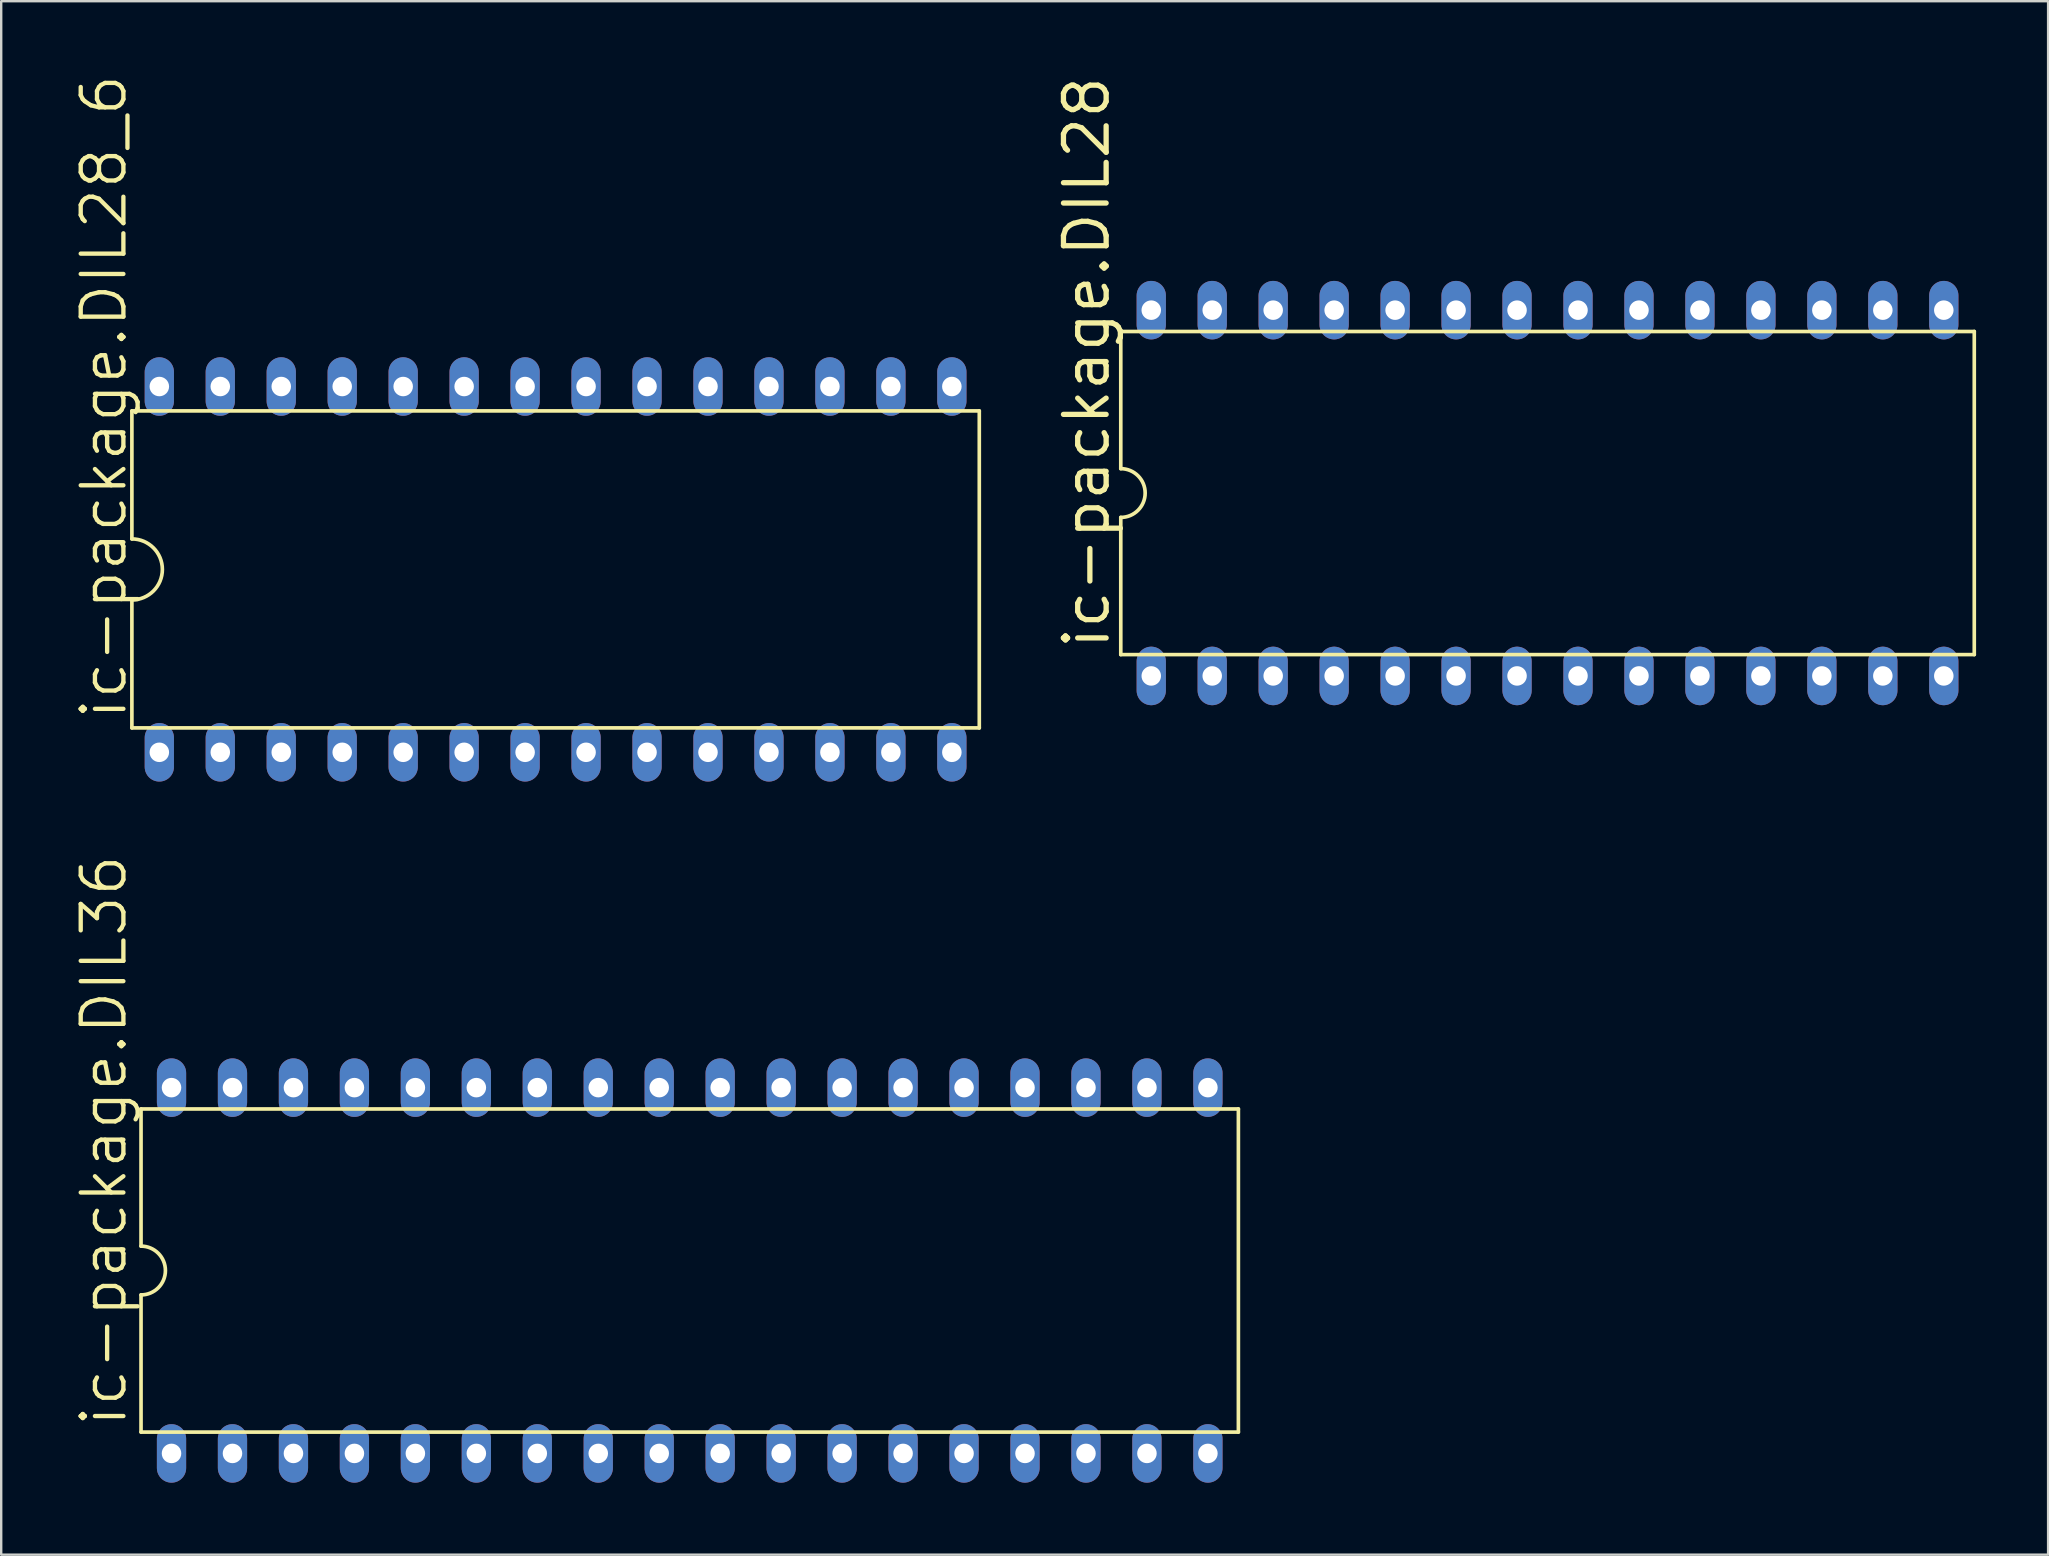
<source format=kicad_pcb>
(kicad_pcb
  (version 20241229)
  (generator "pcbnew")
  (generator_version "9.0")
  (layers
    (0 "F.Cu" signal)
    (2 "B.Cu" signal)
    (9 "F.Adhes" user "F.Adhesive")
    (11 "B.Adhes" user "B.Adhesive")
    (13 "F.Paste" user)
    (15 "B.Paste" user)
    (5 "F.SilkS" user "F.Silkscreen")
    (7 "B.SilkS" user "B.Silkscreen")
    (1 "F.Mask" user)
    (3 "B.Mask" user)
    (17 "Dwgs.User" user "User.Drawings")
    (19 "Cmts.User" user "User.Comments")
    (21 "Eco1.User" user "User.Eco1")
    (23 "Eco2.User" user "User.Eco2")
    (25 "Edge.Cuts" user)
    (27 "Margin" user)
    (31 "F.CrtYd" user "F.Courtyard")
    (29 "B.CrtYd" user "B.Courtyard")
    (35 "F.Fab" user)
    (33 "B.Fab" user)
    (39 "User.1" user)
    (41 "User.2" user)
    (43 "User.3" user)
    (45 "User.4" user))
  (footprint "ic-package.DIL28"
    (layer "F.Cu")
    (at 61.426 17.492)
    (property "Reference" "ic-package.DIL28" (at -18.161 6.604 90) (layer "F.SilkS") (effects (font (size 1.778 1.778) (thickness 0.22)) (justify left bottom)))
    (attr through_hole)
    (fp_line (start -17.78 -6.731) (end -17.78 -1.016) (stroke (width 0.152) (type default)) (layer "F.SilkS"))
    (fp_line (start -17.78 6.731) (end -17.78 1.016) (stroke (width 0.152) (type default)) (layer "F.SilkS"))
    (fp_line (start -17.78 6.731) (end 17.78 6.731) (stroke (width 0.152) (type default)) (layer "F.SilkS"))
    (fp_line (start 17.78 -6.731) (end -17.78 -6.731) (stroke (width 0.152) (type default)) (layer "F.SilkS"))
    (fp_line (start 17.78 -6.731) (end 17.78 6.731) (stroke (width 0.152) (type default)) (layer "F.SilkS"))
    (fp_arc (start -17.78 -1.016) (mid -16.764 0) (end -17.78 1.016) (stroke (width 0.1524) (type default)) (layer "F.SilkS"))
    (pad "1" thru_hole oval (at -16.51 7.62 90) (size 2.438 1.219) (drill 0.813) (layers "*.Cu" "*.Mask"))
    (pad "2" thru_hole oval (at -13.97 7.62 90) (size 2.438 1.219) (drill 0.813) (layers "*.Cu" "*.Mask"))
    (pad "3" thru_hole oval (at -11.43 7.62 90) (size 2.438 1.219) (drill 0.813) (layers "*.Cu" "*.Mask"))
    (pad "4" thru_hole oval (at -8.89 7.62 90) (size 2.438 1.219) (drill 0.813) (layers "*.Cu" "*.Mask"))
    (pad "5" thru_hole oval (at -6.35 7.62 90) (size 2.438 1.219) (drill 0.813) (layers "*.Cu" "*.Mask"))
    (pad "6" thru_hole oval (at -3.81 7.62 90) (size 2.438 1.219) (drill 0.813) (layers "*.Cu" "*.Mask"))
    (pad "7" thru_hole oval (at -1.27 7.62 90) (size 2.438 1.219) (drill 0.813) (layers "*.Cu" "*.Mask"))
    (pad "8" thru_hole oval (at 1.27 7.62 90) (size 2.438 1.219) (drill 0.813) (layers "*.Cu" "*.Mask"))
    (pad "9" thru_hole oval (at 3.81 7.62 90) (size 2.438 1.219) (drill 0.813) (layers "*.Cu" "*.Mask"))
    (pad "10" thru_hole oval (at 6.35 7.62 90) (size 2.438 1.219) (drill 0.813) (layers "*.Cu" "*.Mask"))
    (pad "11" thru_hole oval (at 8.89 7.62 90) (size 2.438 1.219) (drill 0.813) (layers "*.Cu" "*.Mask"))
    (pad "12" thru_hole oval (at 11.43 7.62 90) (size 2.438 1.219) (drill 0.813) (layers "*.Cu" "*.Mask"))
    (pad "13" thru_hole oval (at 13.97 7.62 90) (size 2.438 1.219) (drill 0.813) (layers "*.Cu" "*.Mask"))
    (pad "14" thru_hole oval (at 16.51 7.62 90) (size 2.438 1.219) (drill 0.813) (layers "*.Cu" "*.Mask"))
    (pad "15" thru_hole oval (at 16.51 -7.62 90) (size 2.438 1.219) (drill 0.813) (layers "*.Cu" "*.Mask"))
    (pad "16" thru_hole oval (at 13.97 -7.62 90) (size 2.438 1.219) (drill 0.813) (layers "*.Cu" "*.Mask"))
    (pad "17" thru_hole oval (at 11.43 -7.62 90) (size 2.438 1.219) (drill 0.813) (layers "*.Cu" "*.Mask"))
    (pad "18" thru_hole oval (at 8.89 -7.62 90) (size 2.438 1.219) (drill 0.813) (layers "*.Cu" "*.Mask"))
    (pad "19" thru_hole oval (at 6.35 -7.62 90) (size 2.438 1.219) (drill 0.813) (layers "*.Cu" "*.Mask"))
    (pad "20" thru_hole oval (at 3.81 -7.62 90) (size 2.438 1.219) (drill 0.813) (layers "*.Cu" "*.Mask"))
    (pad "21" thru_hole oval (at 1.27 -7.62 90) (size 2.438 1.219) (drill 0.813) (layers "*.Cu" "*.Mask"))
    (pad "22" thru_hole oval (at -1.27 -7.62 90) (size 2.438 1.219) (drill 0.813) (layers "*.Cu" "*.Mask"))
    (pad "23" thru_hole oval (at -3.81 -7.62 90) (size 2.438 1.219) (drill 0.813) (layers "*.Cu" "*.Mask"))
    (pad "24" thru_hole oval (at -6.35 -7.62 90) (size 2.438 1.219) (drill 0.813) (layers "*.Cu" "*.Mask"))
    (pad "25" thru_hole oval (at -8.89 -7.62 90) (size 2.438 1.219) (drill 0.813) (layers "*.Cu" "*.Mask"))
    (pad "26" thru_hole oval (at -11.43 -7.62 90) (size 2.438 1.219) (drill 0.813) (layers "*.Cu" "*.Mask"))
    (pad "27" thru_hole oval (at -13.97 -7.62 90) (size 2.438 1.219) (drill 0.813) (layers "*.Cu" "*.Mask"))
    (pad "28" thru_hole oval (at -16.51 -7.62 90) (size 2.438 1.219) (drill 0.813) (layers "*.Cu" "*.Mask")))
  (footprint "ic-package.DIL28_6"
    (layer "F.Cu")
    (at 20.098 20.674)
    (property "Reference" "ic-package.DIL28_6" (at -17.78 6.35 90) (layer "F.SilkS") (effects (font (size 1.778 1.778) (thickness 0.18)) (justify left bottom)))
    (attr through_hole)
    (fp_line (start -17.653 -6.604) (end -17.653 -1.27) (stroke (width 0.152) (type default)) (layer "F.SilkS"))
    (fp_line (start -17.653 -6.604) (end 17.653 -6.604) (stroke (width 0.152) (type default)) (layer "F.SilkS"))
    (fp_line (start -17.653 1.27) (end -17.653 6.604) (stroke (width 0.152) (type default)) (layer "F.SilkS"))
    (fp_line (start -17.653 6.604) (end 17.653 6.604) (stroke (width 0.152) (type default)) (layer "F.SilkS"))
    (fp_line (start 17.653 6.604) (end 17.653 -6.604) (stroke (width 0.152) (type default)) (layer "F.SilkS"))
    (fp_arc (start -17.653 -1.27) (mid -16.383 0) (end -17.653 1.27) (stroke (width 0.1524) (type default)) (layer "F.SilkS"))
    (pad "1" thru_hole oval (at -16.51 7.62 90) (size 2.438 1.219) (drill 0.813) (layers "*.Cu" "*.Mask"))
    (pad "2" thru_hole oval (at -13.97 7.62 90) (size 2.438 1.219) (drill 0.813) (layers "*.Cu" "*.Mask"))
    (pad "3" thru_hole oval (at -11.43 7.62 90) (size 2.438 1.219) (drill 0.813) (layers "*.Cu" "*.Mask"))
    (pad "4" thru_hole oval (at -8.89 7.62 90) (size 2.438 1.219) (drill 0.813) (layers "*.Cu" "*.Mask"))
    (pad "5" thru_hole oval (at -6.35 7.62 90) (size 2.438 1.219) (drill 0.813) (layers "*.Cu" "*.Mask"))
    (pad "6" thru_hole oval (at -3.81 7.62 90) (size 2.438 1.219) (drill 0.813) (layers "*.Cu" "*.Mask"))
    (pad "7" thru_hole oval (at -1.27 7.62 90) (size 2.438 1.219) (drill 0.813) (layers "*.Cu" "*.Mask"))
    (pad "8" thru_hole oval (at 1.27 7.62 90) (size 2.438 1.219) (drill 0.813) (layers "*.Cu" "*.Mask"))
    (pad "9" thru_hole oval (at 3.81 7.62 90) (size 2.438 1.219) (drill 0.813) (layers "*.Cu" "*.Mask"))
    (pad "10" thru_hole oval (at 6.35 7.62 90) (size 2.438 1.219) (drill 0.813) (layers "*.Cu" "*.Mask"))
    (pad "11" thru_hole oval (at 8.89 7.62 90) (size 2.438 1.219) (drill 0.813) (layers "*.Cu" "*.Mask"))
    (pad "12" thru_hole oval (at 11.43 7.62 90) (size 2.438 1.219) (drill 0.813) (layers "*.Cu" "*.Mask"))
    (pad "13" thru_hole oval (at 13.97 7.62 90) (size 2.438 1.219) (drill 0.813) (layers "*.Cu" "*.Mask"))
    (pad "14" thru_hole oval (at 16.51 7.62 90) (size 2.438 1.219) (drill 0.813) (layers "*.Cu" "*.Mask"))
    (pad "15" thru_hole oval (at 16.51 -7.62 90) (size 2.438 1.219) (drill 0.813) (layers "*.Cu" "*.Mask"))
    (pad "16" thru_hole oval (at 13.97 -7.62 90) (size 2.438 1.219) (drill 0.813) (layers "*.Cu" "*.Mask"))
    (pad "17" thru_hole oval (at 11.43 -7.62 90) (size 2.438 1.219) (drill 0.813) (layers "*.Cu" "*.Mask"))
    (pad "18" thru_hole oval (at 8.89 -7.62 90) (size 2.438 1.219) (drill 0.813) (layers "*.Cu" "*.Mask"))
    (pad "19" thru_hole oval (at 6.35 -7.62 90) (size 2.438 1.219) (drill 0.813) (layers "*.Cu" "*.Mask"))
    (pad "20" thru_hole oval (at 3.81 -7.62 90) (size 2.438 1.219) (drill 0.813) (layers "*.Cu" "*.Mask"))
    (pad "21" thru_hole oval (at 1.27 -7.62 90) (size 2.438 1.219) (drill 0.813) (layers "*.Cu" "*.Mask"))
    (pad "22" thru_hole oval (at -1.27 -7.62 90) (size 2.438 1.219) (drill 0.813) (layers "*.Cu" "*.Mask"))
    (pad "23" thru_hole oval (at -3.81 -7.62 90) (size 2.438 1.219) (drill 0.813) (layers "*.Cu" "*.Mask"))
    (pad "24" thru_hole oval (at -6.35 -7.62 90) (size 2.438 1.219) (drill 0.813) (layers "*.Cu" "*.Mask"))
    (pad "25" thru_hole oval (at -8.89 -7.62 90) (size 2.438 1.219) (drill 0.813) (layers "*.Cu" "*.Mask"))
    (pad "26" thru_hole oval (at -11.43 -7.62 90) (size 2.438 1.219) (drill 0.813) (layers "*.Cu" "*.Mask"))
    (pad "27" thru_hole oval (at -13.97 -7.62 90) (size 2.438 1.219) (drill 0.813) (layers "*.Cu" "*.Mask"))
    (pad "28" thru_hole oval (at -16.51 -7.62 90) (size 2.438 1.219) (drill 0.813) (layers "*.Cu" "*.Mask")))
  (footprint "ic-package.DIL36"
    (layer "F.Cu")
    (at 25.686 49.885)
    (property "Reference" "ic-package.DIL36" (at -23.368 6.604 90) (layer "F.SilkS") (effects (font (size 1.778 1.778) (thickness 0.18)) (justify left bottom)))
    (attr through_hole)
    (fp_line (start -22.86 -6.731) (end -22.86 -1.016) (stroke (width 0.152) (type default)) (layer "F.SilkS"))
    (fp_line (start -22.86 6.731) (end -22.86 1.016) (stroke (width 0.152) (type default)) (layer "F.SilkS"))
    (fp_line (start -22.86 6.731) (end 22.86 6.731) (stroke (width 0.152) (type default)) (layer "F.SilkS"))
    (fp_line (start 22.86 -6.731) (end -22.86 -6.731) (stroke (width 0.152) (type default)) (layer "F.SilkS"))
    (fp_line (start 22.86 -6.731) (end 22.86 6.731) (stroke (width 0.152) (type default)) (layer "F.SilkS"))
    (fp_arc (start -22.86 -1.016) (mid -21.844 0) (end -22.86 1.016) (stroke (width 0.1524) (type default)) (layer "F.SilkS"))
    (pad "1" thru_hole oval (at -21.59 7.62 90) (size 2.438 1.219) (drill 0.813) (layers "*.Cu" "*.Mask"))
    (pad "2" thru_hole oval (at -19.05 7.62 90) (size 2.438 1.219) (drill 0.813) (layers "*.Cu" "*.Mask"))
    (pad "3" thru_hole oval (at -16.51 7.62 90) (size 2.438 1.219) (drill 0.813) (layers "*.Cu" "*.Mask"))
    (pad "4" thru_hole oval (at -13.97 7.62 90) (size 2.438 1.219) (drill 0.813) (layers "*.Cu" "*.Mask"))
    (pad "5" thru_hole oval (at -11.43 7.62 90) (size 2.438 1.219) (drill 0.813) (layers "*.Cu" "*.Mask"))
    (pad "6" thru_hole oval (at -8.89 7.62 90) (size 2.438 1.219) (drill 0.813) (layers "*.Cu" "*.Mask"))
    (pad "7" thru_hole oval (at -6.35 7.62 90) (size 2.438 1.219) (drill 0.813) (layers "*.Cu" "*.Mask"))
    (pad "8" thru_hole oval (at -3.81 7.62 90) (size 2.438 1.219) (drill 0.813) (layers "*.Cu" "*.Mask"))
    (pad "9" thru_hole oval (at -1.27 7.62 90) (size 2.438 1.219) (drill 0.813) (layers "*.Cu" "*.Mask"))
    (pad "10" thru_hole oval (at 1.27 7.62 90) (size 2.438 1.219) (drill 0.813) (layers "*.Cu" "*.Mask"))
    (pad "11" thru_hole oval (at 3.81 7.62 90) (size 2.438 1.219) (drill 0.813) (layers "*.Cu" "*.Mask"))
    (pad "12" thru_hole oval (at 6.35 7.62 90) (size 2.438 1.219) (drill 0.813) (layers "*.Cu" "*.Mask"))
    (pad "13" thru_hole oval (at 8.89 7.62 90) (size 2.438 1.219) (drill 0.813) (layers "*.Cu" "*.Mask"))
    (pad "14" thru_hole oval (at 11.43 7.62 90) (size 2.438 1.219) (drill 0.813) (layers "*.Cu" "*.Mask"))
    (pad "15" thru_hole oval (at 13.97 7.62 90) (size 2.438 1.219) (drill 0.813) (layers "*.Cu" "*.Mask"))
    (pad "16" thru_hole oval (at 16.51 7.62 90) (size 2.438 1.219) (drill 0.813) (layers "*.Cu" "*.Mask"))
    (pad "17" thru_hole oval (at 19.05 7.62 90) (size 2.438 1.219) (drill 0.813) (layers "*.Cu" "*.Mask"))
    (pad "18" thru_hole oval (at 21.59 7.62 90) (size 2.438 1.219) (drill 0.813) (layers "*.Cu" "*.Mask"))
    (pad "19" thru_hole oval (at 21.59 -7.62 90) (size 2.438 1.219) (drill 0.813) (layers "*.Cu" "*.Mask"))
    (pad "20" thru_hole oval (at 19.05 -7.62 90) (size 2.438 1.219) (drill 0.813) (layers "*.Cu" "*.Mask"))
    (pad "21" thru_hole oval (at 16.51 -7.62 90) (size 2.438 1.219) (drill 0.813) (layers "*.Cu" "*.Mask"))
    (pad "22" thru_hole oval (at 13.97 -7.62 90) (size 2.438 1.219) (drill 0.813) (layers "*.Cu" "*.Mask"))
    (pad "23" thru_hole oval (at 11.43 -7.62 90) (size 2.438 1.219) (drill 0.813) (layers "*.Cu" "*.Mask"))
    (pad "24" thru_hole oval (at 8.89 -7.62 90) (size 2.438 1.219) (drill 0.813) (layers "*.Cu" "*.Mask"))
    (pad "25" thru_hole oval (at 6.35 -7.62 90) (size 2.438 1.219) (drill 0.813) (layers "*.Cu" "*.Mask"))
    (pad "26" thru_hole oval (at 3.81 -7.62 90) (size 2.438 1.219) (drill 0.813) (layers "*.Cu" "*.Mask"))
    (pad "27" thru_hole oval (at 1.27 -7.62 90) (size 2.438 1.219) (drill 0.813) (layers "*.Cu" "*.Mask"))
    (pad "28" thru_hole oval (at -1.27 -7.62 90) (size 2.438 1.219) (drill 0.813) (layers "*.Cu" "*.Mask"))
    (pad "29" thru_hole oval (at -3.81 -7.62 90) (size 2.438 1.219) (drill 0.813) (layers "*.Cu" "*.Mask"))
    (pad "30" thru_hole oval (at -6.35 -7.62 90) (size 2.438 1.219) (drill 0.813) (layers "*.Cu" "*.Mask"))
    (pad "31" thru_hole oval (at -8.89 -7.62 90) (size 2.438 1.219) (drill 0.813) (layers "*.Cu" "*.Mask"))
    (pad "32" thru_hole oval (at -11.43 -7.62 90) (size 2.438 1.219) (drill 0.813) (layers "*.Cu" "*.Mask"))
    (pad "33" thru_hole oval (at -13.97 -7.62 90) (size 2.438 1.219) (drill 0.813) (layers "*.Cu" "*.Mask"))
    (pad "34" thru_hole oval (at -16.51 -7.62 90) (size 2.438 1.219) (drill 0.813) (layers "*.Cu" "*.Mask"))
    (pad "35" thru_hole oval (at -19.05 -7.62 90) (size 2.438 1.219) (drill 0.813) (layers "*.Cu" "*.Mask"))
    (pad "36" thru_hole oval (at -21.59 -7.62 90) (size 2.438 1.219) (drill 0.813) (layers "*.Cu" "*.Mask")))
  (gr_rect
    (start -3 -3)
    (end 82.282 61.724)
    (stroke (width 0.1) (type default))
    (fill no)
    (layer "Edge.Cuts")))
</source>
